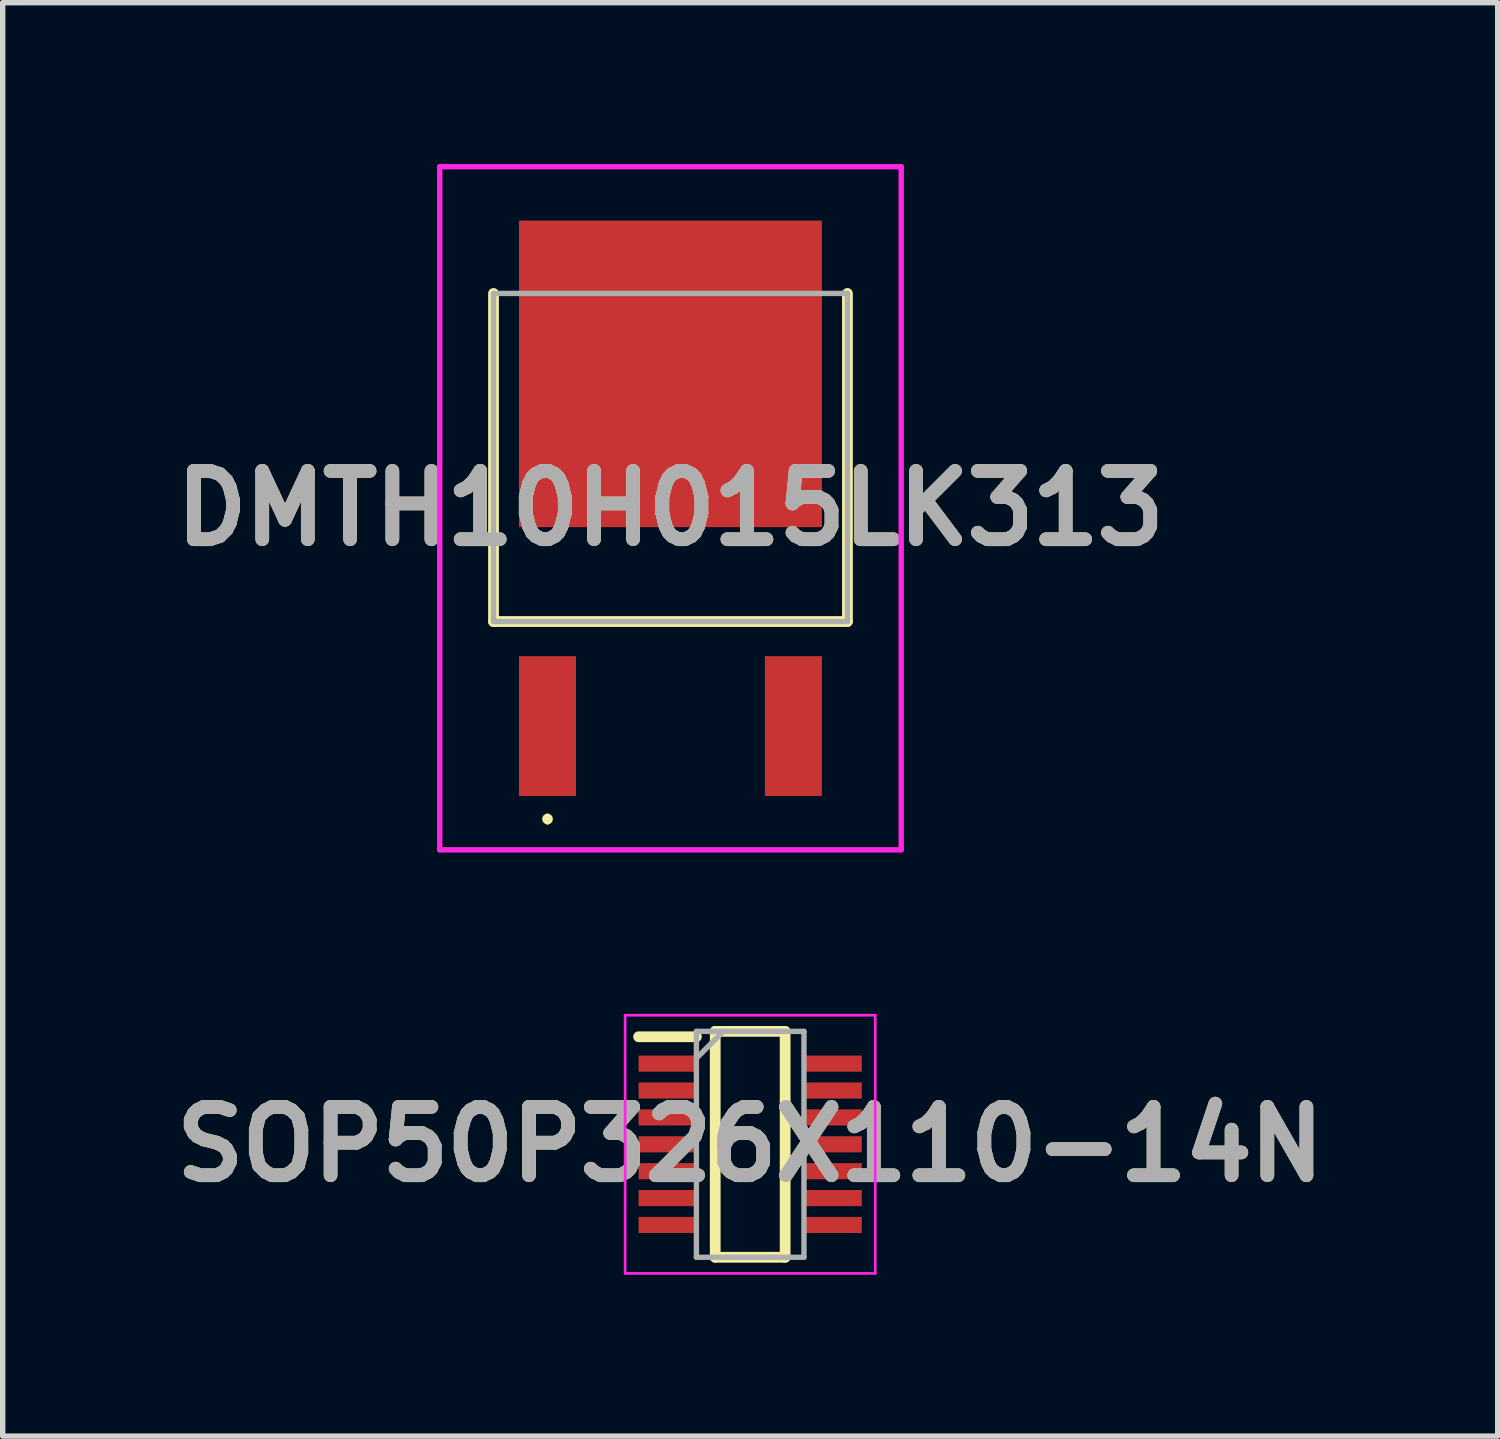
<source format=kicad_pcb>
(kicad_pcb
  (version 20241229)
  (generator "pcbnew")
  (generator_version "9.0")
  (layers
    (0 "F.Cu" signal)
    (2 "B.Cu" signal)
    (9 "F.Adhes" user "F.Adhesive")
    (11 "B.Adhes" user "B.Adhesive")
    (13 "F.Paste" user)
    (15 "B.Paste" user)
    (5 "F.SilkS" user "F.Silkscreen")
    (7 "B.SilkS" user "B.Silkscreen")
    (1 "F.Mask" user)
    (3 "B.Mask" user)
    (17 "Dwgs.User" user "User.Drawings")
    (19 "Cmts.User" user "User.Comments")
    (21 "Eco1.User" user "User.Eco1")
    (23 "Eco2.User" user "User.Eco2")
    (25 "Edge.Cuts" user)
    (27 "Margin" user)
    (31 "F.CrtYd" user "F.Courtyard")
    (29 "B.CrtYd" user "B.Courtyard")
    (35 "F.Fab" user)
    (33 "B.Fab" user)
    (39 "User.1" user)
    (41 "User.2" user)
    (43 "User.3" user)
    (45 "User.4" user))
  (footprint "SOP50P326X110-14N"
    (layer "F.Cu")
    (at 10.898 18.226)
    (property "Reference" "SOP50P326X110-14N" (at 0 0 0) (layer "F.SilkS") (effects (font (size 1.27 1.27) (thickness 0.254))))
    (attr smd)
    (fp_line (start -2.075 -2) (end -1 -2) (stroke (width 0.2) (type solid)) (layer "F.SilkS"))
    (fp_line (start -0.65 -2.1) (end 0.65 -2.1) (stroke (width 0.2) (type solid)) (layer "F.SilkS"))
    (fp_line (start -0.65 2.1) (end -0.65 -2.1) (stroke (width 0.2) (type solid)) (layer "F.SilkS"))
    (fp_line (start 0.65 -2.1) (end 0.65 2.1) (stroke (width 0.2) (type solid)) (layer "F.SilkS"))
    (fp_line (start 0.65 2.1) (end -0.65 2.1) (stroke (width 0.2) (type solid)) (layer "F.SilkS"))
    (fp_line (start -2.325 -2.4) (end 2.325 -2.4) (stroke (width 0.05) (type solid)) (layer "F.CrtYd"))
    (fp_line (start -2.325 2.4) (end -2.325 -2.4) (stroke (width 0.05) (type solid)) (layer "F.CrtYd"))
    (fp_line (start 2.325 -2.4) (end 2.325 2.4) (stroke (width 0.05) (type solid)) (layer "F.CrtYd"))
    (fp_line (start 2.325 2.4) (end -2.325 2.4) (stroke (width 0.05) (type solid)) (layer "F.CrtYd"))
    (fp_line (start -1 -2.1) (end 1 -2.1) (stroke (width 0.1) (type solid)) (layer "F.Fab"))
    (fp_line (start -1 -1.6) (end -0.5 -2.1) (stroke (width 0.1) (type solid)) (layer "F.Fab"))
    (fp_line (start -1 2.1) (end -1 -2.1) (stroke (width 0.1) (type solid)) (layer "F.Fab"))
    (fp_line (start 1 -2.1) (end 1 2.1) (stroke (width 0.1) (type solid)) (layer "F.Fab"))
    (fp_line (start 1 2.1) (end -1 2.1) (stroke (width 0.1) (type solid)) (layer "F.Fab"))
    (fp_text user "${REFERENCE}" (at 0 0 0) (layer "F.Fab") (effects (font (size 1.27 1.27) (thickness 0.254))))
    (pad "1" smd rect (at -1.538 -1.5 90) (size 0.3 1.075) (layers "F.Cu" "F.Mask" "F.Paste"))
    (pad "2" smd rect (at -1.538 -1 90) (size 0.3 1.075) (layers "F.Cu" "F.Mask" "F.Paste"))
    (pad "3" smd rect (at -1.538 -0.5 90) (size 0.3 1.075) (layers "F.Cu" "F.Mask" "F.Paste"))
    (pad "4" smd rect (at -1.538 0 90) (size 0.3 1.075) (layers "F.Cu" "F.Mask" "F.Paste"))
    (pad "5" smd rect (at -1.538 0.5 90) (size 0.3 1.075) (layers "F.Cu" "F.Mask" "F.Paste"))
    (pad "6" smd rect (at -1.538 1 90) (size 0.3 1.075) (layers "F.Cu" "F.Mask" "F.Paste"))
    (pad "7" smd rect (at -1.538 1.5 90) (size 0.3 1.075) (layers "F.Cu" "F.Mask" "F.Paste"))
    (pad "8" smd rect (at 1.538 1.5 90) (size 0.3 1.075) (layers "F.Cu" "F.Mask" "F.Paste"))
    (pad "9" smd rect (at 1.538 1 90) (size 0.3 1.075) (layers "F.Cu" "F.Mask" "F.Paste"))
    (pad "10" smd rect (at 1.538 0.5 90) (size 0.3 1.075) (layers "F.Cu" "F.Mask" "F.Paste"))
    (pad "11" smd rect (at 1.538 0 90) (size 0.3 1.075) (layers "F.Cu" "F.Mask" "F.Paste"))
    (pad "12" smd rect (at 1.538 -0.5 90) (size 0.3 1.075) (layers "F.Cu" "F.Mask" "F.Paste"))
    (pad "13" smd rect (at 1.538 -1 90) (size 0.3 1.075) (layers "F.Cu" "F.Mask" "F.Paste"))
    (pad "14" smd rect (at 1.538 -1.5 90) (size 0.3 1.075) (layers "F.Cu" "F.Mask" "F.Paste")))
  (footprint "DMTH10H015LK313"
    (layer "F.Cu")
    (at 9.416 6.428)
    (property "Reference" "DMTH10H015LK313" (at 0 -0.027 0) (layer "F.SilkS") (effects (font (size 1.27 1.27) (thickness 0.254))))
    (attr smd)
    (fp_line (start -3.29 -4.022) (end -3.29 2.078) (stroke (width 0.2) (type solid)) (layer "F.SilkS"))
    (fp_line (start -3.29 2.078) (end 3.29 2.078) (stroke (width 0.2) (type solid)) (layer "F.SilkS"))
    (fp_line (start -2.286 5.7) (end -2.286 5.7) (stroke (width 0.1) (type solid)) (layer "F.SilkS"))
    (fp_line (start -2.286 5.8) (end -2.286 5.8) (stroke (width 0.1) (type solid)) (layer "F.SilkS"))
    (fp_line (start 3.29 2.078) (end 3.29 -4.022) (stroke (width 0.2) (type solid)) (layer "F.SilkS"))
    (fp_arc (start -2.286 5.7) (mid -2.236 5.75) (end -2.286 5.8) (stroke (width 0.1) (type solid)) (layer "F.SilkS"))
    (fp_arc (start -2.286 5.8) (mid -2.336 5.75) (end -2.286 5.7) (stroke (width 0.1) (type solid)) (layer "F.SilkS"))
    (fp_line (start -4.29 -6.378) (end 4.29 -6.378) (stroke (width 0.1) (type solid)) (layer "F.CrtYd"))
    (fp_line (start -4.29 6.323) (end -4.29 -6.378) (stroke (width 0.1) (type solid)) (layer "F.CrtYd"))
    (fp_line (start 4.29 -6.378) (end 4.29 6.323) (stroke (width 0.1) (type solid)) (layer "F.CrtYd"))
    (fp_line (start 4.29 6.323) (end -4.29 6.323) (stroke (width 0.1) (type solid)) (layer "F.CrtYd"))
    (fp_line (start -3.29 -4.022) (end 3.29 -4.022) (stroke (width 0.1) (type solid)) (layer "F.Fab"))
    (fp_line (start -3.29 2.078) (end -3.29 -4.022) (stroke (width 0.1) (type solid)) (layer "F.Fab"))
    (fp_line (start 3.29 -4.022) (end 3.29 2.078) (stroke (width 0.1) (type solid)) (layer "F.Fab"))
    (fp_line (start 3.29 2.078) (end -3.29 2.078) (stroke (width 0.1) (type solid)) (layer "F.Fab"))
    (fp_text user "${REFERENCE}" (at 0 -0.027 0) (layer "F.Fab") (effects (font (size 1.27 1.27) (thickness 0.254))))
    (pad "1" smd rect (at -2.286 4.022) (size 1.06 2.6) (layers "F.Cu" "F.Mask" "F.Paste"))
    (pad "2" smd rect (at 0 -2.527) (size 5.632 5.7) (layers "F.Cu" "F.Mask" "F.Paste"))
    (pad "3" smd rect (at 2.286 4.022) (size 1.06 2.6) (layers "F.Cu" "F.Mask" "F.Paste")))
  (gr_rect
    (start -3 -3)
    (end 24.796 23.651)
    (stroke (width 0.1) (type default))
    (fill no)
    (layer "Edge.Cuts")))
</source>
